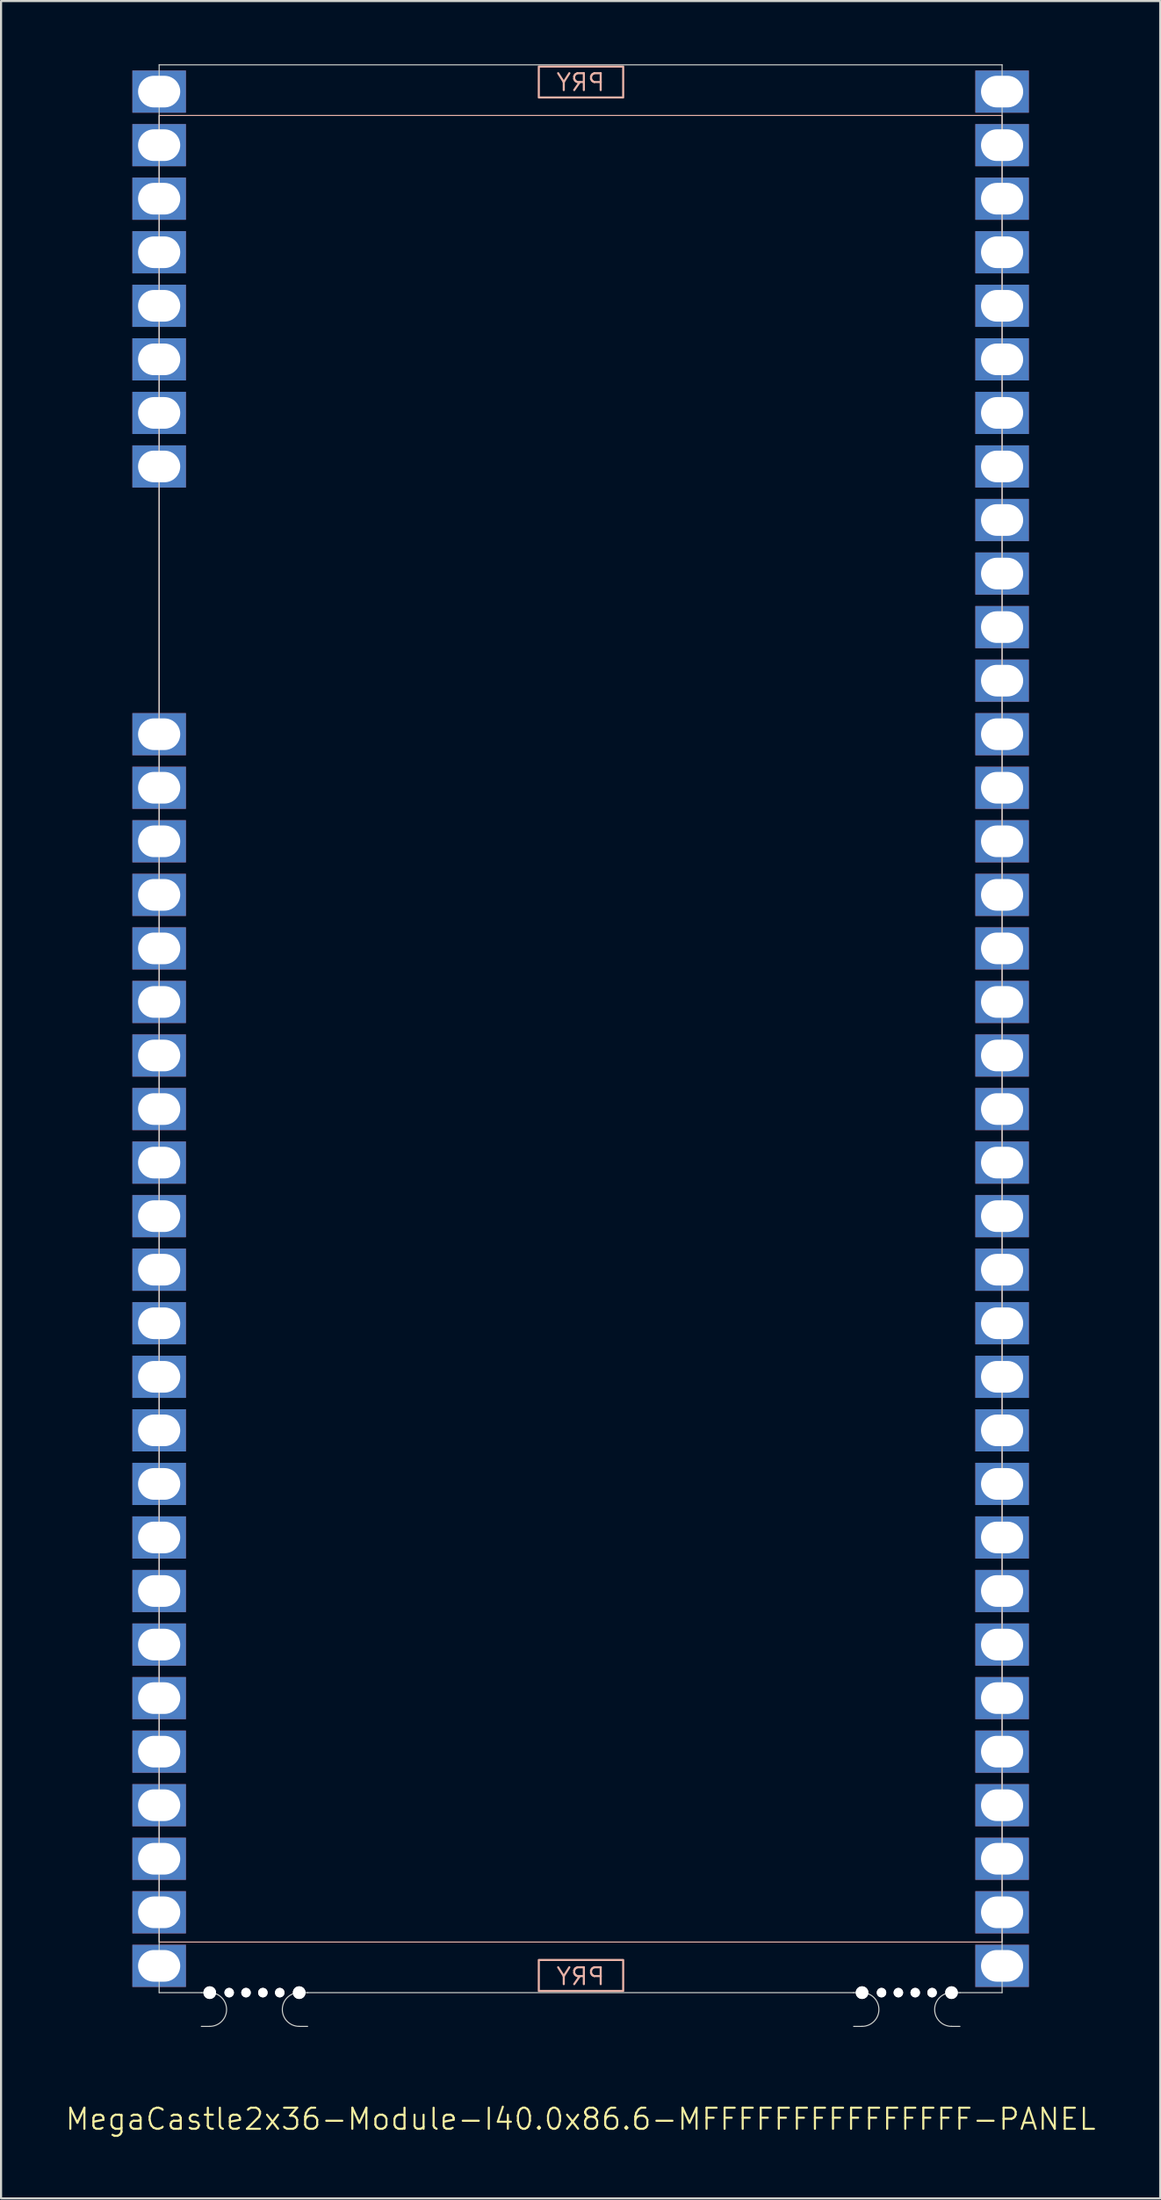
<source format=kicad_pcb>
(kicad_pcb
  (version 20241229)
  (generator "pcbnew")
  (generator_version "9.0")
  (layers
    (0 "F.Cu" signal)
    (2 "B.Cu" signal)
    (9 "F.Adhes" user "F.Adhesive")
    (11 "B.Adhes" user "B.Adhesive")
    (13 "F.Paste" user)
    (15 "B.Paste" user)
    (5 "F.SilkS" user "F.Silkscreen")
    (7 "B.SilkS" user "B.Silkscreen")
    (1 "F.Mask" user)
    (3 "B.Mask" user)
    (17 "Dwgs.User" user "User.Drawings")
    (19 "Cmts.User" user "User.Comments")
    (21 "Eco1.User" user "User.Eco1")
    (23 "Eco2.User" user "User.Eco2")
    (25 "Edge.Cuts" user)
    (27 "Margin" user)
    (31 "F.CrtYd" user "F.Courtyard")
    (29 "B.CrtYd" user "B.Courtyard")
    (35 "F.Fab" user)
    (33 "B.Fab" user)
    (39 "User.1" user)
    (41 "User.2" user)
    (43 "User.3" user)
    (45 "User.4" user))
  (footprint "MegaCastle2x36-Module-I40.0x86.6-MFFFFFFFFFFFFFFF-PANEL"
    (layer "F.Cu")
    (at 24.502 45.745)
    (property "Reference" "MegaCastle2x36-Module-I40.0x86.6-MFFFFFFFFFFFFFFF-PANEL" (at 0 51.72 0) (unlocked yes) (layer "F.SilkS") (effects (font (size 1 1) (thickness 0.1))))
    (attr smd)
    (fp_rect (start -20 43.32) (end 20 -43.32) (stroke (width 0.05) (type default)) (fill no) (layer "B.SilkS"))
    (fp_rect (start -1.984 -44.171) (end 2.02 -45.64) (stroke (width 0.1) (type default)) (fill no) (layer "B.SilkS"))
    (fp_rect (start -1.984 44.171) (end 2.02 45.64) (stroke (width 0.1) (type default)) (fill no) (layer "B.SilkS"))
    (fp_line (start -20 -45.72) (end -20 45.72) (stroke (width 0.05) (type default)) (layer "Edge.Cuts"))
    (fp_line (start -20 -45.72) (end 20 -45.72) (stroke (width 0.05) (type default)) (layer "Edge.Cuts"))
    (fp_line (start -20 45.72) (end -18 45.72) (stroke (width 0.05) (type default)) (layer "Edge.Cuts"))
    (fp_line (start -18 45.72) (end -17.6 45.72) (stroke (width 0.05) (type default)) (layer "Edge.Cuts"))
    (fp_line (start -18 47.32) (end -17.6 47.32) (stroke (width 0.05) (type default)) (layer "Edge.Cuts"))
    (fp_line (start -12.955 45.72) (end -13.355 45.72) (stroke (width 0.05) (type default)) (layer "Edge.Cuts"))
    (fp_line (start -12.955 45.72) (end 12.955 45.72) (stroke (width 0.05) (type default)) (layer "Edge.Cuts"))
    (fp_line (start -12.955 47.32) (end -13.355 47.32) (stroke (width 0.05) (type default)) (layer "Edge.Cuts"))
    (fp_line (start 12.955 45.72) (end 13.355 45.72) (stroke (width 0.05) (type default)) (layer "Edge.Cuts"))
    (fp_line (start 12.955 47.32) (end 13.355 47.32) (stroke (width 0.05) (type default)) (layer "Edge.Cuts"))
    (fp_line (start 18 45.72) (end 17.6 45.72) (stroke (width 0.05) (type default)) (layer "Edge.Cuts"))
    (fp_line (start 18 45.72) (end 20 45.72) (stroke (width 0.05) (type default)) (layer "Edge.Cuts"))
    (fp_line (start 18 47.32) (end 17.6 47.32) (stroke (width 0.05) (type default)) (layer "Edge.Cuts"))
    (fp_line (start 20 -45.72) (end 20 45.72) (stroke (width 0.05) (type default)) (layer "Edge.Cuts"))
    (fp_arc (start -17.6 45.720001) (mid -16.799999 46.52) (end -17.6 47.32) (stroke (width 0.05) (type default)) (layer "Edge.Cuts"))
    (fp_arc (start -13.355 47.32) (mid -14.154999 46.520001) (end -13.355 45.720001) (stroke (width 0.05) (type default)) (layer "Edge.Cuts"))
    (fp_arc (start 13.355001 45.720001) (mid 14.155002 46.52) (end 13.355001 47.32) (stroke (width 0.05) (type default)) (layer "Edge.Cuts"))
    (fp_arc (start 17.600002 47.32) (mid 16.8 46.52) (end 17.600002 45.720001) (stroke (width 0.05) (type default)) (layer "Edge.Cuts"))
    (fp_text user "PRY" (at 0 -44.42 0) (unlocked yes) (layer "B.SilkS") (effects (font (size 0.8 0.8) (thickness 0.1)) (justify bottom mirror)))
    (fp_text user "PRY" (at 0 45.42 0) (unlocked yes) (layer "B.SilkS") (effects (font (size 0.8 0.8) (thickness 0.1)) (justify bottom mirror)))
    (pad "" np_thru_hole circle (at -17.6 45.72) (size 0.6 0.6) (drill 0.6) (layers "*.Cu" "Edge.Cuts"))
    (pad "" np_thru_hole circle (at -16.677 45.72) (size 0.45 0.45) (drill 0.45) (layers "*.Cu" "Edge.Cuts"))
    (pad "" np_thru_hole circle (at -15.878 45.72) (size 0.45 0.45) (drill 0.45) (layers "*.Cu" "Edge.Cuts"))
    (pad "" np_thru_hole circle (at -15.078 45.72) (size 0.45 0.45) (drill 0.45) (layers "*.Cu" "Edge.Cuts"))
    (pad "" np_thru_hole circle (at -14.277 45.72) (size 0.45 0.45) (drill 0.45) (layers "*.Cu" "Edge.Cuts"))
    (pad "" np_thru_hole circle (at -13.355 45.72) (size 0.6 0.6) (drill 0.6) (layers "*.Cu" "Edge.Cuts"))
    (pad "" np_thru_hole circle (at 13.355 45.72) (size 0.6 0.6) (drill 0.6) (layers "*.Cu" "Edge.Cuts"))
    (pad "" np_thru_hole circle (at 14.278 45.72) (size 0.45 0.45) (drill 0.45) (layers "*.Cu" "Edge.Cuts"))
    (pad "" np_thru_hole circle (at 15.078 45.72) (size 0.45 0.45) (drill 0.45) (layers "*.Cu" "Edge.Cuts"))
    (pad "" np_thru_hole circle (at 15.878 45.72) (size 0.45 0.45) (drill 0.45) (layers "*.Cu" "Edge.Cuts"))
    (pad "" np_thru_hole circle (at 16.678 45.72) (size 0.45 0.45) (drill 0.45) (layers "*.Cu" "Edge.Cuts"))
    (pad "" np_thru_hole circle (at 17.6 45.72) (size 0.6 0.6) (drill 0.6) (layers "*.Cu" "Edge.Cuts"))
    (pad "1" thru_hole rect (at -20 -44.45) (size 2.54 2) (drill oval 2 1.5) (property pad_prop_castellated) (layers "*.Cu" "*.Mask"))
    (pad "2" thru_hole rect (at -20 -41.91) (size 2.54 2) (drill oval 2 1.5) (property pad_prop_castellated) (layers "*.Cu" "*.Mask"))
    (pad "3" thru_hole rect (at -20 -39.37) (size 2.54 2) (drill oval 2 1.5) (property pad_prop_castellated) (layers "*.Cu" "*.Mask"))
    (pad "4" thru_hole rect (at -20 -36.83) (size 2.54 2) (drill oval 2 1.5) (property pad_prop_castellated) (layers "*.Cu" "*.Mask"))
    (pad "5" thru_hole rect (at -20 -34.29) (size 2.54 2) (drill oval 2 1.5) (property pad_prop_castellated) (layers "*.Cu" "*.Mask"))
    (pad "6" thru_hole rect (at -20 -31.75) (size 2.54 2) (drill oval 2 1.5) (property pad_prop_castellated) (layers "*.Cu" "*.Mask"))
    (pad "7" thru_hole rect (at -20 -29.21) (size 2.54 2) (drill oval 2 1.5) (property pad_prop_castellated) (layers "*.Cu" "*.Mask"))
    (pad "8" thru_hole rect (at -20 -26.67) (size 2.54 2) (drill oval 2 1.5) (property pad_prop_castellated) (layers "*.Cu" "*.Mask"))
    (pad "13" thru_hole rect (at -20 -13.97) (size 2.54 2) (drill oval 2 1.5) (property pad_prop_castellated) (layers "*.Cu" "*.Mask"))
    (pad "14" thru_hole rect (at -20 -11.43) (size 2.54 2) (drill oval 2 1.5) (property pad_prop_castellated) (layers "*.Cu" "*.Mask"))
    (pad "15" thru_hole rect (at -20 -8.89) (size 2.54 2) (drill oval 2 1.5) (property pad_prop_castellated) (layers "*.Cu" "*.Mask"))
    (pad "16" thru_hole rect (at -20 -6.35) (size 2.54 2) (drill oval 2 1.5) (property pad_prop_castellated) (layers "*.Cu" "*.Mask"))
    (pad "17" thru_hole rect (at -20 -3.81) (size 2.54 2) (drill oval 2 1.5) (property pad_prop_castellated) (layers "*.Cu" "*.Mask"))
    (pad "18" thru_hole rect (at -20 -1.27) (size 2.54 2) (drill oval 2 1.5) (property pad_prop_castellated) (layers "*.Cu" "*.Mask"))
    (pad "19" thru_hole rect (at -20 1.27) (size 2.54 2) (drill oval 2 1.5) (property pad_prop_castellated) (layers "*.Cu" "*.Mask"))
    (pad "20" thru_hole rect (at -20 3.81) (size 2.54 2) (drill oval 2 1.5) (property pad_prop_castellated) (layers "*.Cu" "*.Mask"))
    (pad "21" thru_hole rect (at -20 6.35) (size 2.54 2) (drill oval 2 1.5) (property pad_prop_castellated) (layers "*.Cu" "*.Mask"))
    (pad "22" thru_hole rect (at -20 8.89) (size 2.54 2) (drill oval 2 1.5) (property pad_prop_castellated) (layers "*.Cu" "*.Mask"))
    (pad "23" thru_hole rect (at -20 11.43) (size 2.54 2) (drill oval 2 1.5) (property pad_prop_castellated) (layers "*.Cu" "*.Mask"))
    (pad "24" thru_hole rect (at -20 13.97) (size 2.54 2) (drill oval 2 1.5) (property pad_prop_castellated) (layers "*.Cu" "*.Mask"))
    (pad "25" thru_hole rect (at -20 16.51) (size 2.54 2) (drill oval 2 1.5) (property pad_prop_castellated) (layers "*.Cu" "*.Mask"))
    (pad "26" thru_hole rect (at -20 19.05) (size 2.54 2) (drill oval 2 1.5) (property pad_prop_castellated) (layers "*.Cu" "*.Mask"))
    (pad "27" thru_hole rect (at -20 21.59) (size 2.54 2) (drill oval 2 1.5) (property pad_prop_castellated) (layers "*.Cu" "*.Mask"))
    (pad "28" thru_hole rect (at -20 24.13) (size 2.54 2) (drill oval 2 1.5) (property pad_prop_castellated) (layers "*.Cu" "*.Mask"))
    (pad "29" thru_hole rect (at -20 26.67) (size 2.54 2) (drill oval 2 1.5) (property pad_prop_castellated) (layers "*.Cu" "*.Mask"))
    (pad "30" thru_hole rect (at -20 29.21) (size 2.54 2) (drill oval 2 1.5) (property pad_prop_castellated) (layers "*.Cu" "*.Mask"))
    (pad "31" thru_hole rect (at -20 31.75) (size 2.54 2) (drill oval 2 1.5) (property pad_prop_castellated) (layers "*.Cu" "*.Mask"))
    (pad "32" thru_hole rect (at -20 34.29) (size 2.54 2) (drill oval 2 1.5) (property pad_prop_castellated) (layers "*.Cu" "*.Mask"))
    (pad "33" thru_hole rect (at -20 36.83) (size 2.54 2) (drill oval 2 1.5) (property pad_prop_castellated) (layers "*.Cu" "*.Mask"))
    (pad "34" thru_hole rect (at -20 39.37) (size 2.54 2) (drill oval 2 1.5) (property pad_prop_castellated) (layers "*.Cu" "*.Mask"))
    (pad "35" thru_hole rect (at -20 41.91) (size 2.54 2) (drill oval 2 1.5) (property pad_prop_castellated) (layers "*.Cu" "*.Mask"))
    (pad "36" thru_hole rect (at -20 44.45) (size 2.54 2) (drill oval 2 1.5) (property pad_prop_castellated) (layers "*.Cu" "*.Mask"))
    (pad "37" thru_hole rect (at 20 -44.45) (size 2.54 2) (drill oval 2 1.5) (property pad_prop_castellated) (layers "*.Cu" "*.Mask"))
    (pad "38" thru_hole rect (at 20 -41.91) (size 2.54 2) (drill oval 2 1.5) (property pad_prop_castellated) (layers "*.Cu" "*.Mask"))
    (pad "39" thru_hole rect (at 20 -39.37) (size 2.54 2) (drill oval 2 1.5) (property pad_prop_castellated) (layers "*.Cu" "*.Mask"))
    (pad "40" thru_hole rect (at 20 -36.83) (size 2.54 2) (drill oval 2 1.5) (property pad_prop_castellated) (layers "*.Cu" "*.Mask"))
    (pad "41" thru_hole rect (at 20 -34.29) (size 2.54 2) (drill oval 2 1.5) (property pad_prop_castellated) (layers "*.Cu" "*.Mask"))
    (pad "42" thru_hole rect (at 20 -31.75) (size 2.54 2) (drill oval 2 1.5) (property pad_prop_castellated) (layers "*.Cu" "*.Mask"))
    (pad "43" thru_hole rect (at 20 -29.21) (size 2.54 2) (drill oval 2 1.5) (property pad_prop_castellated) (layers "*.Cu" "*.Mask"))
    (pad "44" thru_hole rect (at 20 -26.67) (size 2.54 2) (drill oval 2 1.5) (property pad_prop_castellated) (layers "*.Cu" "*.Mask"))
    (pad "45" thru_hole rect (at 20 -24.13) (size 2.54 2) (drill oval 2 1.5) (property pad_prop_castellated) (layers "*.Cu" "*.Mask"))
    (pad "46" thru_hole rect (at 20 -21.59) (size 2.54 2) (drill oval 2 1.5) (property pad_prop_castellated) (layers "*.Cu" "*.Mask"))
    (pad "47" thru_hole rect (at 20 -19.05) (size 2.54 2) (drill oval 2 1.5) (property pad_prop_castellated) (layers "*.Cu" "*.Mask"))
    (pad "48" thru_hole rect (at 20 -16.51) (size 2.54 2) (drill oval 2 1.5) (property pad_prop_castellated) (layers "*.Cu" "*.Mask"))
    (pad "49" thru_hole rect (at 20 -13.97) (size 2.54 2) (drill oval 2 1.5) (property pad_prop_castellated) (layers "*.Cu" "*.Mask"))
    (pad "50" thru_hole rect (at 20 -11.43) (size 2.54 2) (drill oval 2 1.5) (property pad_prop_castellated) (layers "*.Cu" "*.Mask"))
    (pad "51" thru_hole rect (at 20 -8.89) (size 2.54 2) (drill oval 2 1.5) (property pad_prop_castellated) (layers "*.Cu" "*.Mask"))
    (pad "52" thru_hole rect (at 20 -6.35) (size 2.54 2) (drill oval 2 1.5) (property pad_prop_castellated) (layers "*.Cu" "*.Mask"))
    (pad "53" thru_hole rect (at 20 -3.81) (size 2.54 2) (drill oval 2 1.5) (property pad_prop_castellated) (layers "*.Cu" "*.Mask"))
    (pad "54" thru_hole rect (at 20 -1.27) (size 2.54 2) (drill oval 2 1.5) (property pad_prop_castellated) (layers "*.Cu" "*.Mask"))
    (pad "55" thru_hole rect (at 20 1.27) (size 2.54 2) (drill oval 2 1.5) (property pad_prop_castellated) (layers "*.Cu" "*.Mask"))
    (pad "56" thru_hole rect (at 20 3.81) (size 2.54 2) (drill oval 2 1.5) (property pad_prop_castellated) (layers "*.Cu" "*.Mask"))
    (pad "57" thru_hole rect (at 20 6.35) (size 2.54 2) (drill oval 2 1.5) (property pad_prop_castellated) (layers "*.Cu" "*.Mask"))
    (pad "58" thru_hole rect (at 20 8.89) (size 2.54 2) (drill oval 2 1.5) (property pad_prop_castellated) (layers "*.Cu" "*.Mask"))
    (pad "59" thru_hole rect (at 20 11.43) (size 2.54 2) (drill oval 2 1.5) (property pad_prop_castellated) (layers "*.Cu" "*.Mask"))
    (pad "60" thru_hole rect (at 20 13.97) (size 2.54 2) (drill oval 2 1.5) (property pad_prop_castellated) (layers "*.Cu" "*.Mask"))
    (pad "61" thru_hole rect (at 20 16.51) (size 2.54 2) (drill oval 2 1.5) (property pad_prop_castellated) (layers "*.Cu" "*.Mask"))
    (pad "62" thru_hole rect (at 20 19.05) (size 2.54 2) (drill oval 2 1.5) (property pad_prop_castellated) (layers "*.Cu" "*.Mask"))
    (pad "63" thru_hole rect (at 20 21.59) (size 2.54 2) (drill oval 2 1.5) (property pad_prop_castellated) (layers "*.Cu" "*.Mask"))
    (pad "64" thru_hole rect (at 20 24.13) (size 2.54 2) (drill oval 2 1.5) (property pad_prop_castellated) (layers "*.Cu" "*.Mask"))
    (pad "65" thru_hole rect (at 20 26.67) (size 2.54 2) (drill oval 2 1.5) (property pad_prop_castellated) (layers "*.Cu" "*.Mask"))
    (pad "66" thru_hole rect (at 20 29.21) (size 2.54 2) (drill oval 2 1.5) (property pad_prop_castellated) (layers "*.Cu" "*.Mask"))
    (pad "67" thru_hole rect (at 20 31.75) (size 2.54 2) (drill oval 2 1.5) (property pad_prop_castellated) (layers "*.Cu" "*.Mask"))
    (pad "68" thru_hole rect (at 20 34.29) (size 2.54 2) (drill oval 2 1.5) (property pad_prop_castellated) (layers "*.Cu" "*.Mask"))
    (pad "69" thru_hole rect (at 20 36.83) (size 2.54 2) (drill oval 2 1.5) (property pad_prop_castellated) (layers "*.Cu" "*.Mask"))
    (pad "70" thru_hole rect (at 20 39.37) (size 2.54 2) (drill oval 2 1.5) (property pad_prop_castellated) (layers "*.Cu" "*.Mask"))
    (pad "71" thru_hole rect (at 20 41.91) (size 2.54 2) (drill oval 2 1.5) (property pad_prop_castellated) (layers "*.Cu" "*.Mask"))
    (pad "72" thru_hole rect (at 20 44.45) (size 2.54 2) (drill oval 2 1.5) (property pad_prop_castellated) (layers "*.Cu" "*.Mask"))
    (zone (net_name "") (layer "B.Cu") (hatch edge 0.5) (connect_pads) (min_thickness 0.25) (filled_areas_thickness no) (keepout (tracks allowed) (vias allowed) (pads allowed) (copperpour allowed) (footprints not_allowed)) (placement (enabled no)) (fill) (polygon (pts (xy 4.502 91.465) (xy 4.502 0.025))))
    (zone (net_name "") (layer "B.Cu") (hatch edge 0.5) (connect_pads) (min_thickness 0.25) (filled_areas_thickness no) (keepout (tracks allowed) (vias allowed) (pads allowed) (copperpour allowed) (footprints not_allowed)) (placement (enabled no)) (fill) (polygon (pts (xy 44.502 91.465) (xy 44.502 0.025))))
    (zone (net_name "") (layer "B.Cu") (hatch edge 0.5) (connect_pads) (min_thickness 0.25) (filled_areas_thickness no) (keepout (tracks allowed) (vias allowed) (pads allowed) (copperpour allowed) (footprints not_allowed)) (placement (enabled no)) (fill) (polygon (pts (xy 4.502 0.025) (xy 4.502 2.425) (xy 44.502 2.425) (xy 44.502 0.025))))
    (zone (net_name "") (layer "B.Cu") (hatch edge 0.5) (connect_pads) (min_thickness 0.25) (filled_areas_thickness no) (keepout (tracks allowed) (vias allowed) (pads allowed) (copperpour allowed) (footprints not_allowed)) (placement (enabled no)) (fill) (polygon (pts (xy 4.502 91.465) (xy 4.502 89.065) (xy 44.502 89.065) (xy 44.502 91.465))))
    (zone (net_name "") (layer "B.Cu") (name "Upper Pry Zone") (hatch edge 0.5) (connect_pads) (min_thickness 0.25) (filled_areas_thickness no) (keepout (tracks not_allowed) (vias not_allowed) (pads not_allowed) (copperpour allowed) (footprints not_allowed)) (placement (enabled no)) (fill) (polygon (pts (xy 22.518 1.574) (xy 22.518 0.105) (xy 26.522 0.105) (xy 26.522 1.574))))
    (zone (net_name "") (layer "B.Cu") (name "Upper Pry Zone") (hatch edge 0.5) (connect_pads) (min_thickness 0.25) (filled_areas_thickness no) (keepout (tracks not_allowed) (vias not_allowed) (pads not_allowed) (copperpour allowed) (footprints not_allowed)) (placement (enabled no)) (fill) (polygon (pts (xy 22.518 89.916) (xy 22.518 91.385) (xy 26.522 91.385) (xy 26.522 89.916)))))
  (gr_rect
    (start -3 -3)
    (end 52.005 101.226)
    (stroke (width 0.1) (type default))
    (fill no)
    (layer "Edge.Cuts")))
</source>
